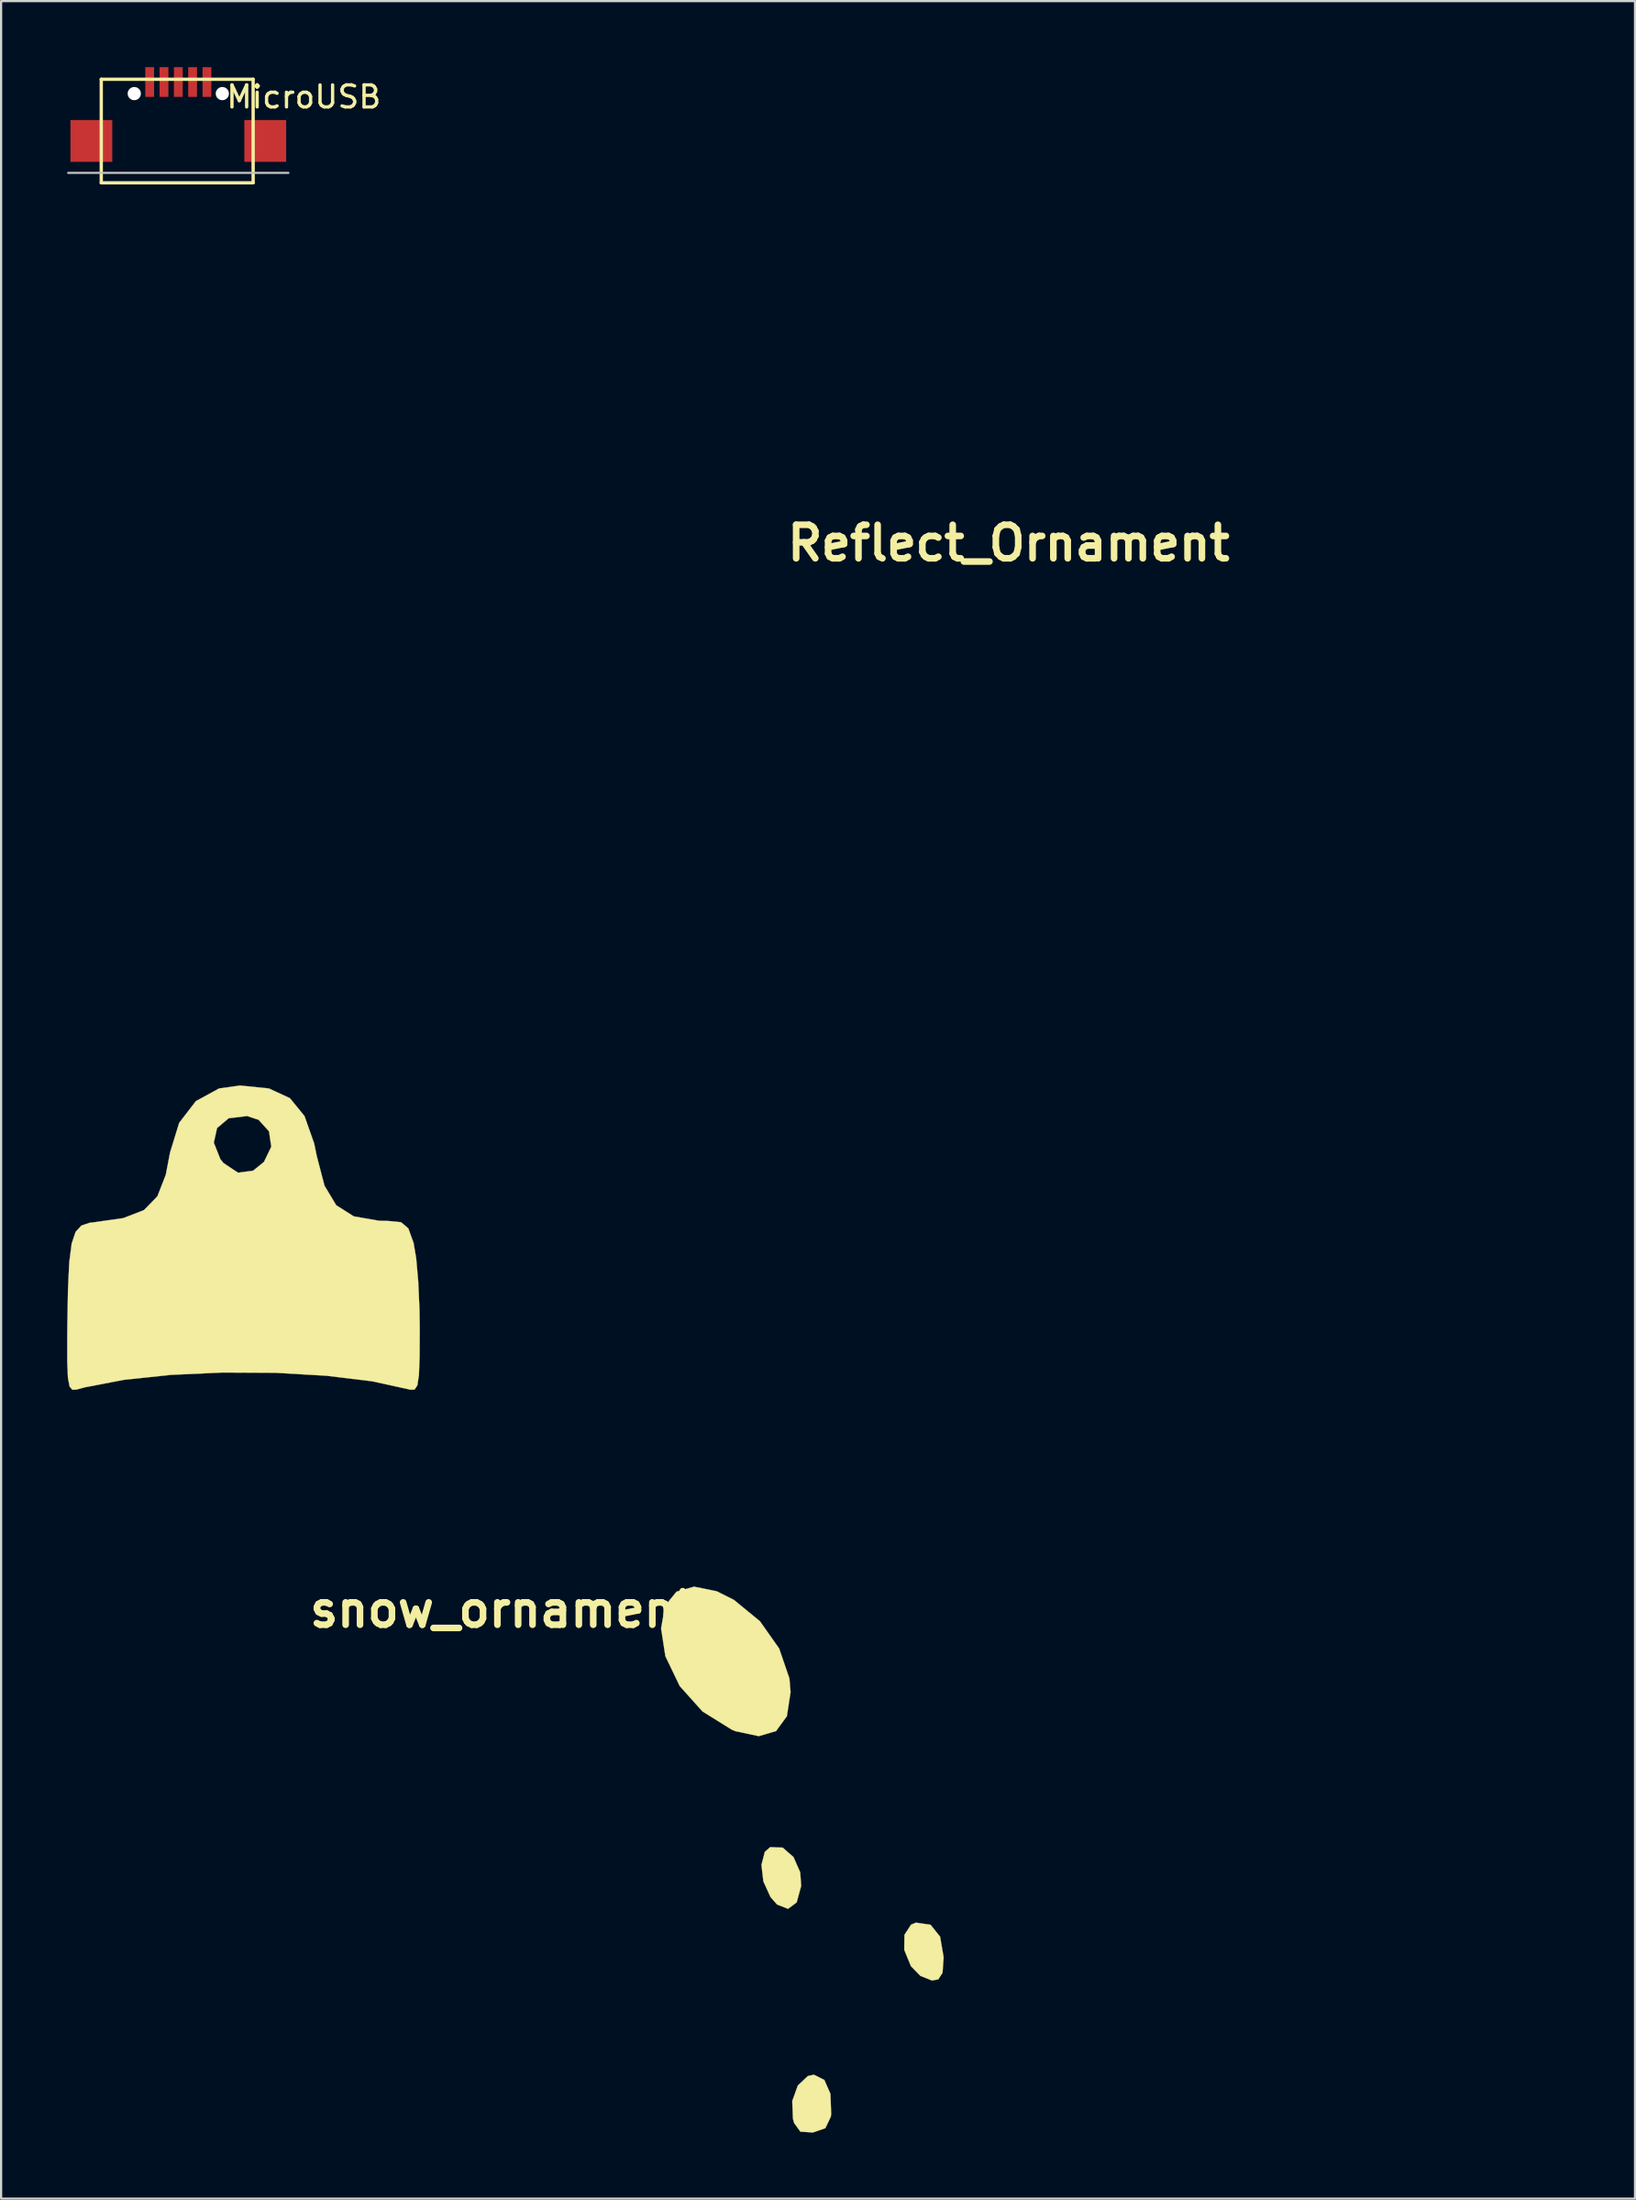
<source format=kicad_pcb>
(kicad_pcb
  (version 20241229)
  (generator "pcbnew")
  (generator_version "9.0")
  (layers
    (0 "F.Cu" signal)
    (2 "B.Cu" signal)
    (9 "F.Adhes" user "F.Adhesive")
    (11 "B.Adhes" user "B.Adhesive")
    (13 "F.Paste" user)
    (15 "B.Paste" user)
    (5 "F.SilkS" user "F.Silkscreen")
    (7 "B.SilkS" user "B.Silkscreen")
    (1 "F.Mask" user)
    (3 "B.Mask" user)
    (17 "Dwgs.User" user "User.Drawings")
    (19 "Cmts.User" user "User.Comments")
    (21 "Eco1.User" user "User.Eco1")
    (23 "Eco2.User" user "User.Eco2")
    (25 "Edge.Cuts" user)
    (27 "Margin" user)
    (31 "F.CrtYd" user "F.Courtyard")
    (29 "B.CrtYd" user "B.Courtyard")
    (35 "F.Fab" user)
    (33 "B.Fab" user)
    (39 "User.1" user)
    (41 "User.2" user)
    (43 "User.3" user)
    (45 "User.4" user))
  (footprint "MicroUSB"
    (layer "F.Cu")
    (at 5.05 3.35)
    (property "Reference" "MicroUSB" (at 5.7 -2 0) (layer "F.SilkS") (effects (font (size 1 1) (thickness 0.15))))
    (attr through_hole)
    (fp_line (start -3.5 -2.8) (end -3.5 1.9) (stroke (width 0.15) (type solid)) (layer "F.SilkS"))
    (fp_line (start -3.5 1.9) (end 3.4 1.9) (stroke (width 0.15) (type solid)) (layer "F.SilkS"))
    (fp_line (start 3.4 -2.8) (end -3.5 -2.8) (stroke (width 0.15) (type solid)) (layer "F.SilkS"))
    (fp_line (start 3.4 1.9) (end 3.4 -2.8) (stroke (width 0.15) (type solid)) (layer "F.SilkS"))
    (fp_line (start -5 1.45) (end 5 1.45) (stroke (width 0.1) (type solid)) (layer "Dwgs.User"))
    (pad "" np_thru_hole circle (at -2 -2.15) (size 0.6 0.6) (drill 0.6) (layers "*.Cu" "*.Mask"))
    (pad "" np_thru_hole circle (at 2 -2.15) (size 0.6 0.6) (drill 0.6) (layers "*.Cu" "*.Mask"))
    (pad "1" smd rect (at -1.3 -2.675) (size 0.4 1.35) (layers "F.Cu" "F.Mask" "F.Paste"))
    (pad "2" smd rect (at -0.65 -2.675) (size 0.4 1.35) (layers "F.Cu" "F.Mask" "F.Paste"))
    (pad "3" smd rect (at 0 -2.675) (size 0.4 1.35) (layers "F.Cu" "F.Mask" "F.Paste"))
    (pad "4" smd rect (at 0.65 -2.675) (size 0.4 1.35) (layers "F.Cu" "F.Mask" "F.Paste"))
    (pad "5" smd rect (at 1.3 -2.675) (size 0.4 1.35) (layers "F.Cu" "F.Mask" "F.Paste"))
    (pad "6" smd rect (at -3.95 0) (size 1.9 1.9) (layers "F.Cu" "F.Mask" "F.Paste"))
    (pad "6" smd rect (at 3.95 0) (size 1.9 1.9) (layers "F.Cu" "F.Mask" "F.Paste")))
  (footprint "Reflect_Ornament"
    (layer "F.Cu")
    (at 42.77 21.613)
    (property "Reference" "Reflect_Ornament" (at 0 0 0) (layer "F.SilkS") (effects (font (size 1.524 1.524) (thickness 0.3))))
    (attr through_hole)
    (fp_poly (pts (xy -24 -21.175) (xy -24.012 -20.978) (xy -24.028 -20.707) (xy -24.047 -20.388) (xy -24.067 -20.049) (xy -24.083 -19.801) (xy -24.116 -19.018) (xy -24.127 -18.159) (xy -24.116 -17.248) (xy -24.084 -16.308) (xy -24.031 -15.362) (xy -23.96 -14.433) (xy -23.87 -13.545) (xy -23.82 -13.133) (xy -23.524 -11.241) (xy -23.131 -9.373) (xy -22.643 -7.532) (xy -22.061 -5.723) (xy -21.389 -3.948) (xy -20.628 -2.212) (xy -19.779 -0.518) (xy -18.846 1.129) (xy -17.831 2.727) (xy -16.735 4.272) (xy -15.561 5.759) (xy -14.311 7.185) (xy -12.987 8.547) (xy -11.59 9.84) (xy -10.124 11.061) (xy -9.926 11.217) (xy -8.361 12.371) (xy -6.747 13.437) (xy -5.088 14.414) (xy -3.386 15.3) (xy -1.645 16.096) (xy 0.131 16.799) (xy 1.94 17.408) (xy 3.777 17.922) (xy 5.641 18.341) (xy 7.526 18.663) (xy 9.431 18.886) (xy 11.352 19.01) (xy 12.775 19.037) (xy 14.701 18.988) (xy 16.601 18.843) (xy 18.483 18.599) (xy 20.35 18.257) (xy 22.21 17.815) (xy 24.066 17.273) (xy 24.561 17.111) (xy 24.842 17.019) (xy 25.086 16.942) (xy 25.279 16.885) (xy 25.406 16.852) (xy 25.451 16.847) (xy 25.408 16.887) (xy 25.286 16.966) (xy 25.099 17.077) (xy 24.857 17.216) (xy 24.574 17.373) (xy 24.262 17.543) (xy 23.933 17.719) (xy 23.6 17.894) (xy 23.274 18.062) (xy 22.97 18.214) (xy 21.373 18.951) (xy 19.757 19.596) (xy 18.116 20.153) (xy 16.441 20.622) (xy 14.724 21.007) (xy 12.957 21.31) (xy 11.351 21.51) (xy 11.134 21.528) (xy 10.83 21.544) (xy 10.455 21.56) (xy 10.025 21.574) (xy 9.553 21.587) (xy 9.057 21.598) (xy 8.55 21.607) (xy 8.049 21.614) (xy 7.568 21.618) (xy 7.123 21.62) (xy 6.729 21.618) (xy 6.402 21.613) (xy 6.157 21.604) (xy 6.108 21.601) (xy 5.316 21.537) (xy 4.471 21.448) (xy 3.605 21.338) (xy 2.75 21.212) (xy 1.937 21.074) (xy 1.268 20.944) (xy -0.519 20.519) (xy -2.266 20.001) (xy -3.971 19.395) (xy -5.63 18.701) (xy -7.242 17.924) (xy -8.803 17.066) (xy -10.311 16.129) (xy -11.763 15.117) (xy -13.158 14.031) (xy -14.491 12.875) (xy -15.761 11.652) (xy -16.965 10.363) (xy -18.101 9.012) (xy -19.165 7.602) (xy -20.155 6.135) (xy -21.069 4.614) (xy -21.904 3.042) (xy -22.657 1.42) (xy -23.325 -0.247) (xy -23.907 -1.957) (xy -24.4 -3.708) (xy -24.8 -5.497) (xy -24.94 -6.261) (xy -25.074 -7.093) (xy -25.183 -7.884) (xy -25.267 -8.657) (xy -25.328 -9.432) (xy -25.368 -10.232) (xy -25.388 -11.078) (xy -25.39 -11.992) (xy -25.385 -12.493) (xy -25.374 -13.124) (xy -25.359 -13.673) (xy -25.34 -14.163) (xy -25.314 -14.613) (xy -25.281 -15.045) (xy -25.237 -15.48) (xy -25.183 -15.937) (xy -25.116 -16.439) (xy -25.066 -16.792) (xy -24.986 -17.308) (xy -24.888 -17.864) (xy -24.778 -18.441) (xy -24.658 -19.022) (xy -24.534 -19.589) (xy -24.408 -20.124) (xy -24.285 -20.608) (xy -24.168 -21.025) (xy -24.08 -21.302) (xy -23.976 -21.608) (xy -24 -21.175)) (stroke (width 0.01) (type solid)) (fill yes) (layer "F.Mask")))
  (footprint "snow_ornament"
    (layer "F.Cu")
    (at 19.763 70.038)
    (property "Reference" "snow_ornament" (at 0 0 0) (layer "F.SilkS") (effects (font (size 1.524 1.524) (thickness 0.3))))
    (attr through_hole)
    (fp_poly (pts (xy 12.744 10.812) (xy 13.234 11.239) (xy 13.539 11.933) (xy 13.582 12.55) (xy 13.378 13.298) (xy 12.986 13.589) (xy 12.487 13.393) (xy 12.191 13.056) (xy 11.865 12.342) (xy 11.779 11.594) (xy 11.932 11.003) (xy 12.175 10.788) (xy 12.744 10.812)) (stroke (width 0.01) (type solid)) (fill yes) (layer "F.SilkS"))
    (fp_poly (pts (xy 14.635 21.359) (xy 14.912 21.991) (xy 14.945 22.9) (xy 14.928 23.033) (xy 14.681 23.55) (xy 14.113 23.746) (xy 13.546 23.708) (xy 13.266 23.319) (xy 13.21 23.125) (xy 13.178 22.316) (xy 13.431 21.611) (xy 13.888 21.181) (xy 14.16 21.122) (xy 14.635 21.359)) (stroke (width 0.01) (type solid)) (fill yes) (layer "F.SilkS"))
    (fp_poly (pts (xy 19.46 14.313) (xy 19.894 14.854) (xy 20.053 15.784) (xy 20.053 15.807) (xy 20.004 16.495) (xy 19.811 16.793) (xy 19.524 16.844) (xy 19.001 16.636) (xy 18.568 16.191) (xy 18.266 15.454) (xy 18.275 14.769) (xy 18.576 14.307) (xy 18.795 14.218) (xy 19.46 14.313)) (stroke (width 0.01) (type solid)) (fill yes) (layer "F.SilkS"))
    (fp_poly (pts (xy 9.739 -0.833) (xy 10.522 -0.443) (xy 11.712 0.533) (xy 12.582 1.768) (xy 13.047 3.125) (xy 13.101 3.751) (xy 12.932 4.845) (xy 12.442 5.517) (xy 11.656 5.748) (xy 10.6 5.524) (xy 10.429 5.454) (xy 9.099 4.626) (xy 8.066 3.474) (xy 7.413 2.116) (xy 7.219 0.854) (xy 7.403 -0.175) (xy 7.921 -0.813) (xy 8.717 -1.039) (xy 9.739 -0.833)) (stroke (width 0.01) (type solid)) (fill yes) (layer "F.SilkS"))
    (fp_poly (pts (xy -10.597 -23.663) (xy -9.643 -23.221) (xy -8.98 -22.409) (xy -8.541 -21.164) (xy -8.422 -20.587) (xy -8.072 -19.248) (xy -7.539 -18.36) (xy -6.741 -17.854) (xy -5.602 -17.656) (xy -5.186 -17.646) (xy -4.59 -17.587) (xy -4.263 -17.307) (xy -4.027 -16.654) (xy -4.025 -16.644) (xy -3.907 -15.953) (xy -3.814 -14.894) (xy -3.757 -13.63) (xy -3.745 -12.749) (xy -3.751 -11.475) (xy -3.782 -10.649) (xy -3.853 -10.183) (xy -3.978 -9.99) (xy -4.171 -9.984) (xy -4.211 -9.994) (xy -5.911 -10.366) (xy -7.988 -10.618) (xy -10.297 -10.751) (xy -12.695 -10.764) (xy -15.037 -10.658) (xy -17.179 -10.433) (xy -18.976 -10.088) (xy -19.317 -9.994) (xy -19.519 -9.978) (xy -19.652 -10.126) (xy -19.727 -10.526) (xy -19.758 -11.262) (xy -19.758 -12.42) (xy -19.754 -12.883) (xy -19.724 -14.565) (xy -19.665 -15.787) (xy -19.556 -16.623) (xy -19.379 -17.148) (xy -19.117 -17.436) (xy -18.75 -17.561) (xy -18.581 -17.581) (xy -17.212 -17.775) (xy -16.273 -18.139) (xy -15.663 -18.765) (xy -15.282 -19.742) (xy -15.088 -20.753) (xy -14.95 -21.202) (xy -13.1 -21.202) (xy -12.804 -20.454) (xy -12.659 -20.274) (xy -11.999 -19.837) (xy -11.314 -19.93) (xy -10.821 -20.328) (xy -10.489 -21.018) (xy -10.591 -21.713) (xy -11.064 -22.238) (xy -11.585 -22.411) (xy -12.426 -22.309) (xy -12.953 -21.863) (xy -13.1 -21.202) (xy -14.95 -21.202) (xy -14.673 -22.103) (xy -13.914 -23.088) (xy -12.861 -23.662) (xy -11.911 -23.796) (xy -10.597 -23.663)) (stroke (width 0.01) (type solid)) (fill yes) (layer "F.SilkS")))
  (gr_rect
    (start -3 -3)
    (end 71.226 96.789)
    (stroke (width 0.1) (type default))
    (fill no)
    (layer "Edge.Cuts")))
</source>
